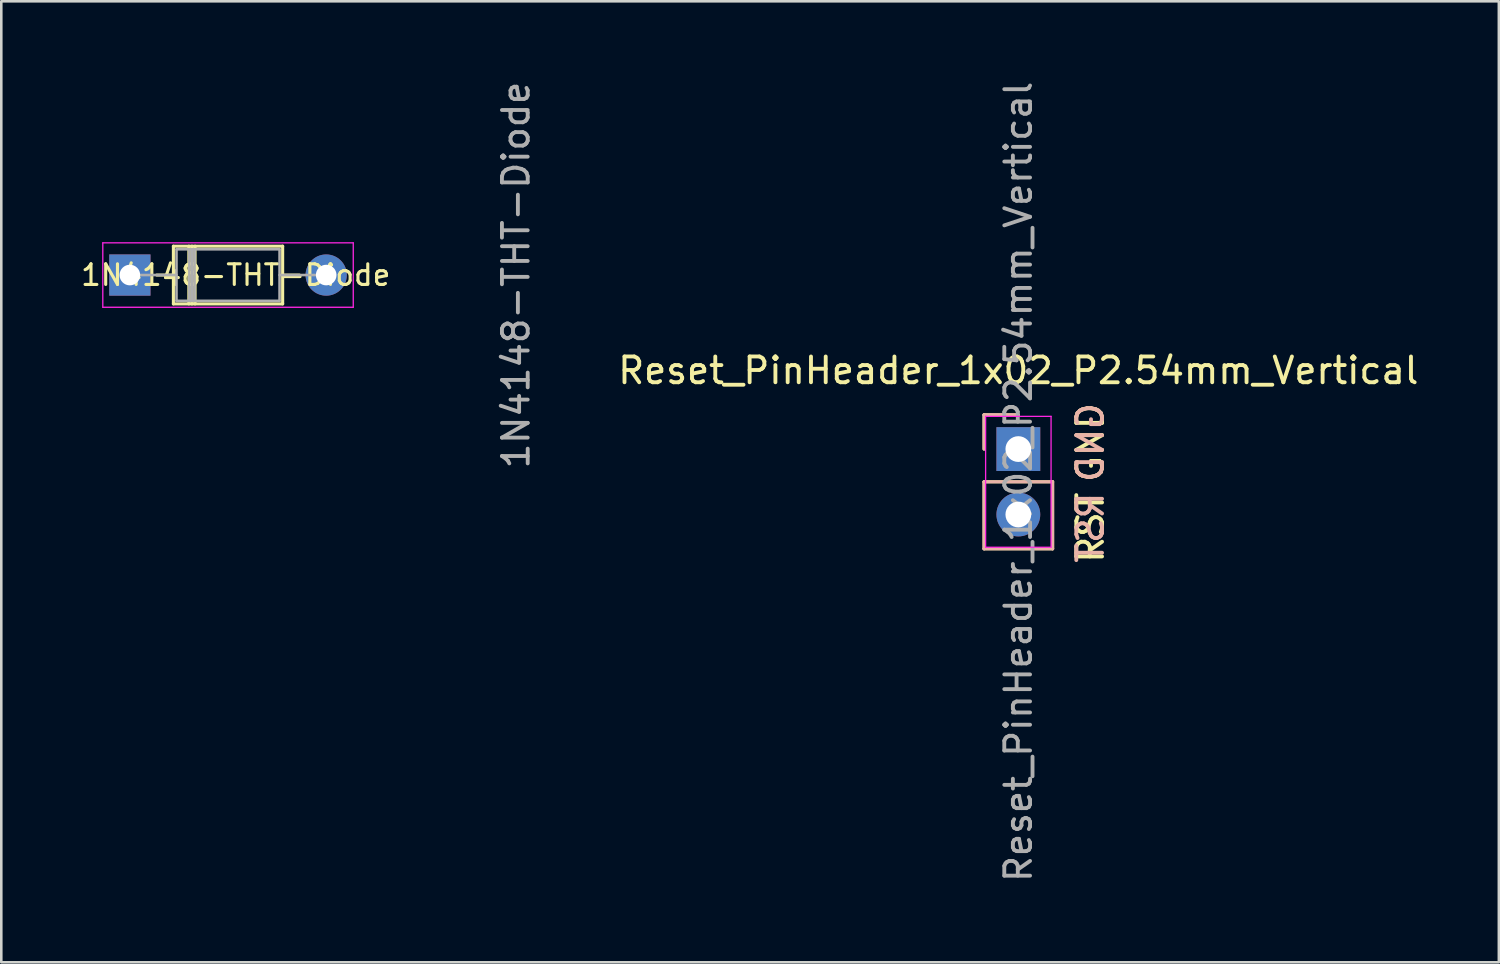
<source format=kicad_pcb>
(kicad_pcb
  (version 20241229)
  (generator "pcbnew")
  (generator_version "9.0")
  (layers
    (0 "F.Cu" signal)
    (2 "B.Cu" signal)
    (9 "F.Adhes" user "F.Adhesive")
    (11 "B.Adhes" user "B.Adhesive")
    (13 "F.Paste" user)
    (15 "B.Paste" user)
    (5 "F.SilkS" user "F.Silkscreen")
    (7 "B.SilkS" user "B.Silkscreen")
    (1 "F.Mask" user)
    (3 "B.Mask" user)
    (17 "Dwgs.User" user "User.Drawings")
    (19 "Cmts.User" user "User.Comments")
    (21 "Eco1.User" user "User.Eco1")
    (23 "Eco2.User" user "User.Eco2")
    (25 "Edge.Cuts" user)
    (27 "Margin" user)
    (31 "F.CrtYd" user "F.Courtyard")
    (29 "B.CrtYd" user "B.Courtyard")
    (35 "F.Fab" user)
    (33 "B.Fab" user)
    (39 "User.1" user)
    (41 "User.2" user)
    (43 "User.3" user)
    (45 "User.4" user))
  (footprint "1N4148-THT-Diode"
    (layer "F.Cu")
    (at 1.99 7.625)
    (property "Reference" "1N4148-THT-Diode" (at 14.986 0 90) (layer "F.Fab") (effects (font (size 1 1) (thickness 0.15))))
    (attr through_hole)
    (fp_line (start 1.04 0) (end 1.69 0) (stroke (width 0.12) (type solid)) (layer "F.SilkS"))
    (fp_line (start 1.69 -1.12) (end 1.69 1.12) (stroke (width 0.12) (type solid)) (layer "F.SilkS"))
    (fp_line (start 1.69 1.12) (end 5.93 1.12) (stroke (width 0.12) (type solid)) (layer "F.SilkS"))
    (fp_line (start 2.29 -1.12) (end 2.29 1.12) (stroke (width 0.12) (type solid)) (layer "F.SilkS"))
    (fp_line (start 2.41 -1.12) (end 2.41 1.12) (stroke (width 0.12) (type solid)) (layer "F.SilkS"))
    (fp_line (start 2.53 -1.12) (end 2.53 1.12) (stroke (width 0.12) (type solid)) (layer "F.SilkS"))
    (fp_line (start 5.93 -1.12) (end 1.69 -1.12) (stroke (width 0.12) (type solid)) (layer "F.SilkS"))
    (fp_line (start 5.93 1.12) (end 5.93 -1.12) (stroke (width 0.12) (type solid)) (layer "F.SilkS"))
    (fp_line (start 6.58 0) (end 5.93 0) (stroke (width 0.12) (type solid)) (layer "F.SilkS"))
    (fp_line (start -1.05 -1.25) (end -1.05 1.25) (stroke (width 0.05) (type solid)) (layer "F.CrtYd"))
    (fp_line (start -1.05 1.25) (end 8.67 1.25) (stroke (width 0.05) (type solid)) (layer "F.CrtYd"))
    (fp_line (start 8.67 -1.25) (end -1.05 -1.25) (stroke (width 0.05) (type solid)) (layer "F.CrtYd"))
    (fp_line (start 8.67 1.25) (end 8.67 -1.25) (stroke (width 0.05) (type solid)) (layer "F.CrtYd"))
    (fp_line (start 0 0) (end 1.81 0) (stroke (width 0.1) (type solid)) (layer "F.Fab"))
    (fp_line (start 1.81 -1) (end 1.81 1) (stroke (width 0.1) (type solid)) (layer "F.Fab"))
    (fp_line (start 1.81 1) (end 5.81 1) (stroke (width 0.1) (type solid)) (layer "F.Fab"))
    (fp_line (start 2.31 -1) (end 2.31 1) (stroke (width 0.1) (type solid)) (layer "F.Fab"))
    (fp_line (start 2.41 -1) (end 2.41 1) (stroke (width 0.1) (type solid)) (layer "F.Fab"))
    (fp_line (start 2.51 -1) (end 2.51 1) (stroke (width 0.1) (type solid)) (layer "F.Fab"))
    (fp_line (start 5.81 -1) (end 1.81 -1) (stroke (width 0.1) (type solid)) (layer "F.Fab"))
    (fp_line (start 5.81 1) (end 5.81 -1) (stroke (width 0.1) (type solid)) (layer "F.Fab"))
    (fp_line (start 7.62 0) (end 5.81 0) (stroke (width 0.1) (type solid)) (layer "F.Fab"))
    (fp_text user "${REFERENCE}" (at 4.11 0 0) (layer "F.SilkS") (effects (font (size 0.8 0.8) (thickness 0.12))))
    (pad "1" thru_hole rect (at 0 0) (size 1.6 1.6) (drill 0.8) (layers "*.Cu" "*.Mask"))
    (pad "2" thru_hole oval (at 7.62 0) (size 1.6 1.6) (drill 0.8) (layers "*.Cu" "*.Mask")))
  (footprint "Reset_PinHeader_1x02_P2.54mm_Vertical"
    (layer "F.Cu")
    (at 36.473 14.379)
    (property "Reference" "Reset_PinHeader_1x02_P2.54mm_Vertical" (at 0 -3.048 0) (layer "F.SilkS") (effects (font (size 1 1) (thickness 0.15))))
    (attr through_hole)
    (fp_line (start -1.33 -1.33) (end 0 -1.33) (stroke (width 0.12) (type solid)) (layer "F.SilkS"))
    (fp_line (start -1.33 0) (end -1.33 -1.33) (stroke (width 0.12) (type solid)) (layer "F.SilkS"))
    (fp_line (start -1.33 1.27) (end -1.33 3.87) (stroke (width 0.12) (type solid)) (layer "F.SilkS"))
    (fp_line (start -1.33 1.27) (end 1.33 1.27) (stroke (width 0.12) (type solid)) (layer "F.SilkS"))
    (fp_line (start -1.33 3.87) (end 1.33 3.87) (stroke (width 0.12) (type solid)) (layer "F.SilkS"))
    (fp_line (start 1.33 1.27) (end 1.33 3.87) (stroke (width 0.12) (type solid)) (layer "F.SilkS"))
    (fp_line (start -1.33 -1.33) (end 0 -1.33) (stroke (width 0.12) (type solid)) (layer "B.SilkS"))
    (fp_line (start -1.33 0) (end -1.33 -1.33) (stroke (width 0.12) (type solid)) (layer "B.SilkS"))
    (fp_line (start -1.33 1.27) (end -1.33 3.87) (stroke (width 0.12) (type solid)) (layer "B.SilkS"))
    (fp_line (start -1.33 1.27) (end 1.33 1.27) (stroke (width 0.12) (type solid)) (layer "B.SilkS"))
    (fp_line (start -1.33 3.87) (end 1.33 3.87) (stroke (width 0.12) (type solid)) (layer "B.SilkS"))
    (fp_line (start 1.33 1.27) (end 1.33 3.87) (stroke (width 0.12) (type solid)) (layer "B.SilkS"))
    (fp_line (start -1.27 -1.27) (end -1.27 3.81) (stroke (width 0.05) (type solid)) (layer "F.CrtYd"))
    (fp_line (start -1.27 3.81) (end 1.27 3.81) (stroke (width 0.05) (type solid)) (layer "F.CrtYd"))
    (fp_line (start 1.27 -1.27) (end -1.27 -1.27) (stroke (width 0.05) (type solid)) (layer "F.CrtYd"))
    (fp_line (start 1.27 3.81) (end 1.27 -1.27) (stroke (width 0.05) (type solid)) (layer "F.CrtYd"))
    (fp_text user "RST" (at 2.794 3.048 90) (layer "F.SilkS") (effects (font (size 1 1) (thickness 0.15))))
    (fp_text user "GND" (at 2.794 -0.254 90) (layer "F.SilkS") (effects (font (size 1 1) (thickness 0.15))))
    (fp_text user "GND" (at 2.794 -0.254 270) (layer "B.SilkS") (effects (font (size 1 1) (thickness 0.15)) (justify mirror)))
    (fp_text user "RST" (at 2.794 3.048 90) (layer "B.SilkS") (effects (font (size 1 1) (thickness 0.15)) (justify mirror)))
    (fp_text user "${REFERENCE}" (at 0 1.27 90) (layer "F.Fab") (effects (font (size 1 1) (thickness 0.15))))
    (pad "1" thru_hole rect (at 0 0) (size 1.7 1.7) (drill 1) (layers "*.Cu" "*.Mask"))
    (pad "2" thru_hole oval (at 0 2.54) (size 1.7 1.7) (drill 1) (layers "*.Cu" "*.Mask")))
  (gr_rect
    (start -3 -3)
    (end 55.122 34.298)
    (stroke (width 0.1) (type default))
    (fill no)
    (layer "Edge.Cuts")))
</source>
